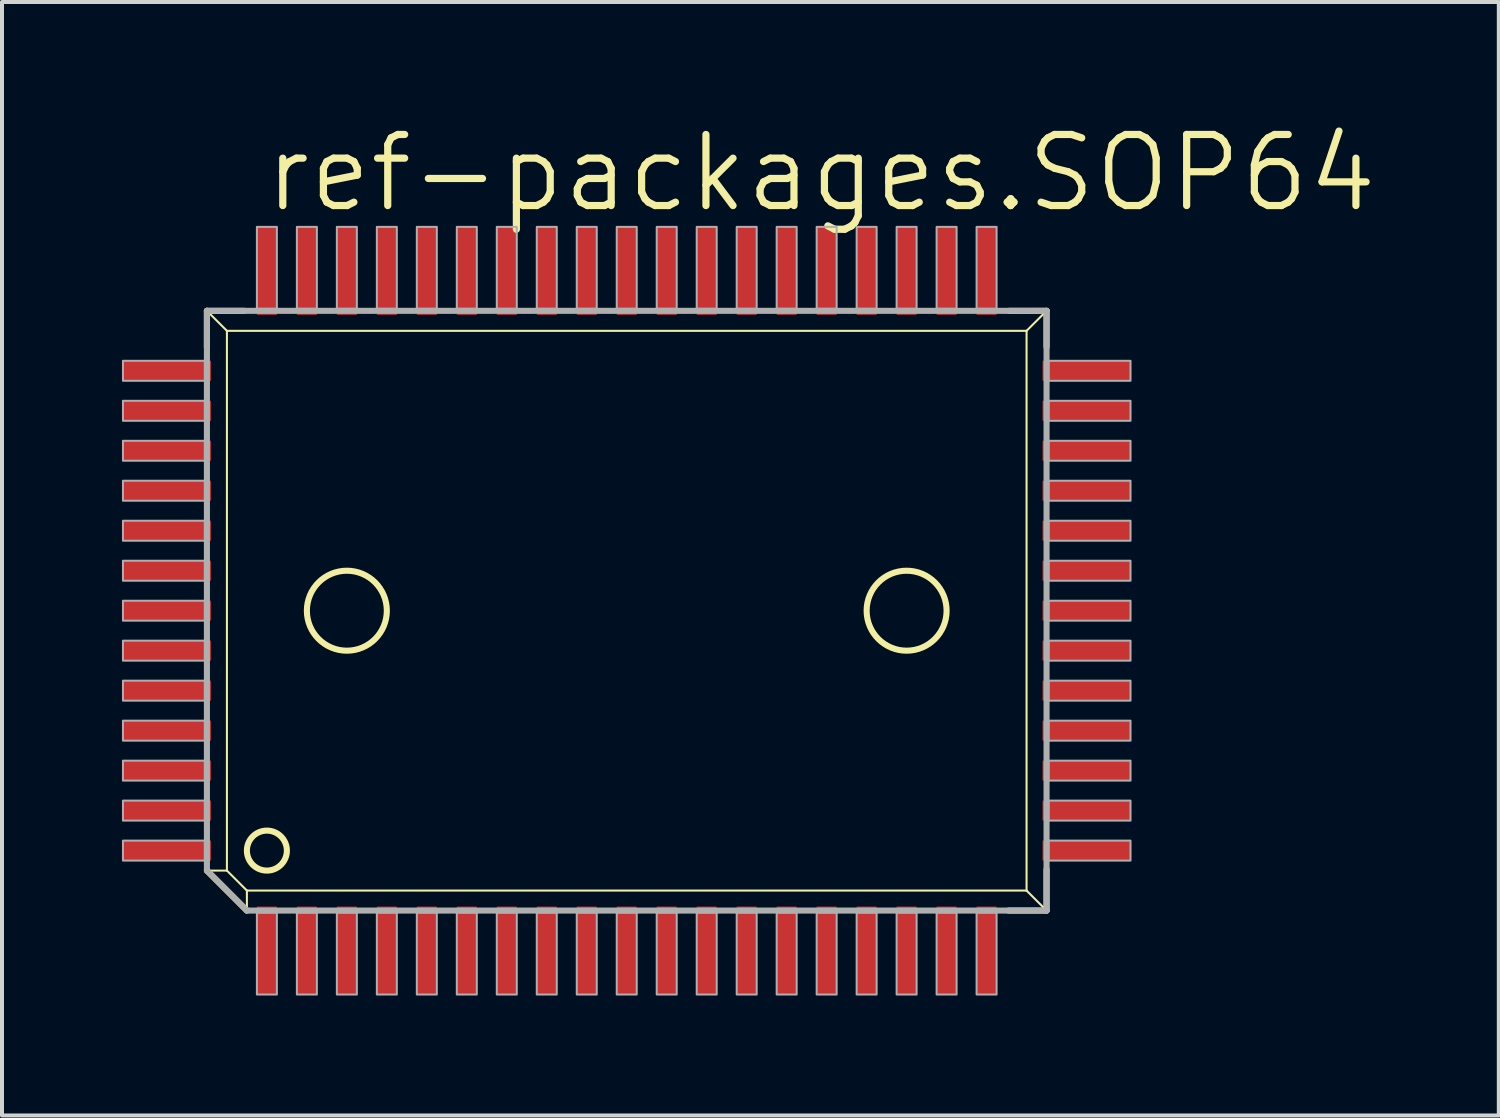
<source format=kicad_pcb>
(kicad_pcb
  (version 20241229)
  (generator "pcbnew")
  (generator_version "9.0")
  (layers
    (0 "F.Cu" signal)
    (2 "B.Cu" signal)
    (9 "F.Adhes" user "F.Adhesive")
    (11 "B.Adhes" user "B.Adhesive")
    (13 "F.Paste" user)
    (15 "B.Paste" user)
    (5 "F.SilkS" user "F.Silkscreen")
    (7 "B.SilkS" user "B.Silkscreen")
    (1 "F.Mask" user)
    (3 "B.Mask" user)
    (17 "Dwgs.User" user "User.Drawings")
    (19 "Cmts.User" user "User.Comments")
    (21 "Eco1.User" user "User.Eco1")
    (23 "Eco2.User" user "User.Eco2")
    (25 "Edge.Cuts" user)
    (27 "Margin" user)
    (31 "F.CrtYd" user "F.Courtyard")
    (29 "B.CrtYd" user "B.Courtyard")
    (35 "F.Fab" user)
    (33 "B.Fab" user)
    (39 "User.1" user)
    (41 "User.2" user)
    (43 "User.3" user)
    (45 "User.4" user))
  (footprint "ref-packages.SOP64"
    (layer "F.Cu")
    (at 12.625 12.224)
    (property "Reference" "ref-packages.SOP64" (at -9.144 -9.906 0) (layer "F.SilkS") (effects (font (size 1.778 1.778) (thickness 0.18)) (justify left bottom)))
    (attr smd)
    (fp_line (start -10.5 -7.5) (end -10 -7) (stroke (width 0.051) (type default)) (layer "F.SilkS"))
    (fp_line (start -10.5 -7.5) (end -9.566 -7.5) (stroke (width 0.152) (type default)) (layer "F.SilkS"))
    (fp_line (start -10.5 -6.581) (end -10.5 -7.5) (stroke (width 0.152) (type default)) (layer "F.SilkS"))
    (fp_line (start -10.5 6.5) (end -10 6.5) (stroke (width 0.051) (type default)) (layer "F.SilkS"))
    (fp_line (start -10 -7) (end 10 -7) (stroke (width 0.051) (type default)) (layer "F.SilkS"))
    (fp_line (start -10 6.5) (end -10 -7) (stroke (width 0.051) (type default)) (layer "F.SilkS"))
    (fp_line (start -9.5 7) (end -10 6.5) (stroke (width 0.051) (type default)) (layer "F.SilkS"))
    (fp_line (start -9.5 7.5) (end -10.5 6.5) (stroke (width 0.152) (type default)) (layer "F.SilkS"))
    (fp_line (start -9.5 7.5) (end -9.5 7) (stroke (width 0.051) (type default)) (layer "F.SilkS"))
    (fp_line (start 9.566 -7.5) (end 10.5 -7.5) (stroke (width 0.152) (type default)) (layer "F.SilkS"))
    (fp_line (start 10 -7) (end 10 7) (stroke (width 0.051) (type default)) (layer "F.SilkS"))
    (fp_line (start 10 7) (end -9.5 7) (stroke (width 0.051) (type default)) (layer "F.SilkS"))
    (fp_line (start 10.5 -7.5) (end 10 -7) (stroke (width 0.051) (type default)) (layer "F.SilkS"))
    (fp_line (start 10.5 -7.5) (end 10.5 -6.597) (stroke (width 0.152) (type default)) (layer "F.SilkS"))
    (fp_line (start 10.5 6.47) (end 10.5 7.5) (stroke (width 0.152) (type default)) (layer "F.SilkS"))
    (fp_line (start 10.5 7.5) (end 9.55 7.5) (stroke (width 0.152) (type default)) (layer "F.SilkS"))
    (fp_line (start 10.5 7.5) (end 10 7) (stroke (width 0.051) (type default)) (layer "F.SilkS"))
    (fp_circle (center -9 6) (end -8.5 6) (stroke (width 0.152) (type default)) (fill no) (layer "F.SilkS"))
    (fp_circle (center -7 0) (end -6 0) (stroke (width 0.152) (type default)) (fill no) (layer "F.SilkS"))
    (fp_circle (center 7 0) (end 8 0) (stroke (width 0.152) (type default)) (fill no) (layer "F.SilkS"))
    (fp_line (start -10.5 -7.5) (end 10.5 -7.5) (stroke (width 0.152) (type default)) (layer "F.Fab"))
    (fp_line (start -10.5 6.5) (end -10.5 -7.5) (stroke (width 0.152) (type default)) (layer "F.Fab"))
    (fp_line (start -9.5 7.5) (end -10.5 6.5) (stroke (width 0.152) (type default)) (layer "F.Fab"))
    (fp_line (start 10.5 -7.5) (end 10.5 7.5) (stroke (width 0.152) (type default)) (layer "F.Fab"))
    (fp_line (start 10.5 7.5) (end -9.5 7.5) (stroke (width 0.152) (type default)) (layer "F.Fab"))
    (fp_rect (start -12.6 -5.75) (end -10.55 -6.25) (stroke (width 0.05) (type default)) (fill no) (layer "F.Fab"))
    (fp_rect (start -12.6 -4.75) (end -10.55 -5.25) (stroke (width 0.05) (type default)) (fill no) (layer "F.Fab"))
    (fp_rect (start -12.6 -3.75) (end -10.55 -4.25) (stroke (width 0.05) (type default)) (fill no) (layer "F.Fab"))
    (fp_rect (start -12.6 -2.75) (end -10.55 -3.25) (stroke (width 0.05) (type default)) (fill no) (layer "F.Fab"))
    (fp_rect (start -12.6 -1.75) (end -10.55 -2.25) (stroke (width 0.05) (type default)) (fill no) (layer "F.Fab"))
    (fp_rect (start -12.6 -0.75) (end -10.55 -1.25) (stroke (width 0.05) (type default)) (fill no) (layer "F.Fab"))
    (fp_rect (start -12.6 0.25) (end -10.55 -0.25) (stroke (width 0.05) (type default)) (fill no) (layer "F.Fab"))
    (fp_rect (start -12.6 1.25) (end -10.55 0.75) (stroke (width 0.05) (type default)) (fill no) (layer "F.Fab"))
    (fp_rect (start -12.6 2.25) (end -10.55 1.75) (stroke (width 0.05) (type default)) (fill no) (layer "F.Fab"))
    (fp_rect (start -12.6 3.25) (end -10.55 2.75) (stroke (width 0.05) (type default)) (fill no) (layer "F.Fab"))
    (fp_rect (start -12.6 4.25) (end -10.55 3.75) (stroke (width 0.05) (type default)) (fill no) (layer "F.Fab"))
    (fp_rect (start -12.6 5.25) (end -10.55 4.75) (stroke (width 0.05) (type default)) (fill no) (layer "F.Fab"))
    (fp_rect (start -12.6 6.25) (end -10.55 5.75) (stroke (width 0.05) (type default)) (fill no) (layer "F.Fab"))
    (fp_rect (start -9.25 -7.55) (end -8.75 -9.6) (stroke (width 0.05) (type default)) (fill no) (layer "F.Fab"))
    (fp_rect (start -9.25 9.6) (end -8.75 7.55) (stroke (width 0.05) (type default)) (fill no) (layer "F.Fab"))
    (fp_rect (start -8.25 -7.55) (end -7.75 -9.6) (stroke (width 0.05) (type default)) (fill no) (layer "F.Fab"))
    (fp_rect (start -8.25 9.6) (end -7.75 7.55) (stroke (width 0.05) (type default)) (fill no) (layer "F.Fab"))
    (fp_rect (start -7.25 -7.55) (end -6.75 -9.6) (stroke (width 0.05) (type default)) (fill no) (layer "F.Fab"))
    (fp_rect (start -7.25 9.6) (end -6.75 7.55) (stroke (width 0.05) (type default)) (fill no) (layer "F.Fab"))
    (fp_rect (start -6.25 -7.55) (end -5.75 -9.6) (stroke (width 0.05) (type default)) (fill no) (layer "F.Fab"))
    (fp_rect (start -6.25 9.6) (end -5.75 7.55) (stroke (width 0.05) (type default)) (fill no) (layer "F.Fab"))
    (fp_rect (start -5.25 -7.55) (end -4.75 -9.6) (stroke (width 0.05) (type default)) (fill no) (layer "F.Fab"))
    (fp_rect (start -5.25 9.6) (end -4.75 7.55) (stroke (width 0.05) (type default)) (fill no) (layer "F.Fab"))
    (fp_rect (start -4.25 -7.55) (end -3.75 -9.6) (stroke (width 0.05) (type default)) (fill no) (layer "F.Fab"))
    (fp_rect (start -4.25 9.6) (end -3.75 7.55) (stroke (width 0.05) (type default)) (fill no) (layer "F.Fab"))
    (fp_rect (start -3.25 -7.55) (end -2.75 -9.6) (stroke (width 0.05) (type default)) (fill no) (layer "F.Fab"))
    (fp_rect (start -3.25 9.6) (end -2.75 7.55) (stroke (width 0.05) (type default)) (fill no) (layer "F.Fab"))
    (fp_rect (start -2.25 -7.55) (end -1.75 -9.6) (stroke (width 0.05) (type default)) (fill no) (layer "F.Fab"))
    (fp_rect (start -2.25 9.6) (end -1.75 7.55) (stroke (width 0.05) (type default)) (fill no) (layer "F.Fab"))
    (fp_rect (start -1.25 -7.55) (end -0.75 -9.6) (stroke (width 0.05) (type default)) (fill no) (layer "F.Fab"))
    (fp_rect (start -1.25 9.6) (end -0.75 7.55) (stroke (width 0.05) (type default)) (fill no) (layer "F.Fab"))
    (fp_rect (start -0.25 -7.55) (end 0.25 -9.6) (stroke (width 0.05) (type default)) (fill no) (layer "F.Fab"))
    (fp_rect (start -0.25 9.6) (end 0.25 7.55) (stroke (width 0.05) (type default)) (fill no) (layer "F.Fab"))
    (fp_rect (start 0.75 -7.55) (end 1.25 -9.6) (stroke (width 0.05) (type default)) (fill no) (layer "F.Fab"))
    (fp_rect (start 0.75 9.6) (end 1.25 7.55) (stroke (width 0.05) (type default)) (fill no) (layer "F.Fab"))
    (fp_rect (start 1.75 -7.55) (end 2.25 -9.6) (stroke (width 0.05) (type default)) (fill no) (layer "F.Fab"))
    (fp_rect (start 1.75 9.6) (end 2.25 7.55) (stroke (width 0.05) (type default)) (fill no) (layer "F.Fab"))
    (fp_rect (start 2.75 -7.55) (end 3.25 -9.6) (stroke (width 0.05) (type default)) (fill no) (layer "F.Fab"))
    (fp_rect (start 2.75 9.6) (end 3.25 7.55) (stroke (width 0.05) (type default)) (fill no) (layer "F.Fab"))
    (fp_rect (start 3.75 -7.55) (end 4.25 -9.6) (stroke (width 0.05) (type default)) (fill no) (layer "F.Fab"))
    (fp_rect (start 3.75 9.6) (end 4.25 7.55) (stroke (width 0.05) (type default)) (fill no) (layer "F.Fab"))
    (fp_rect (start 4.75 -7.55) (end 5.25 -9.6) (stroke (width 0.05) (type default)) (fill no) (layer "F.Fab"))
    (fp_rect (start 4.75 9.6) (end 5.25 7.55) (stroke (width 0.05) (type default)) (fill no) (layer "F.Fab"))
    (fp_rect (start 5.75 -7.55) (end 6.25 -9.6) (stroke (width 0.05) (type default)) (fill no) (layer "F.Fab"))
    (fp_rect (start 5.75 9.6) (end 6.25 7.55) (stroke (width 0.05) (type default)) (fill no) (layer "F.Fab"))
    (fp_rect (start 6.75 -7.55) (end 7.25 -9.6) (stroke (width 0.05) (type default)) (fill no) (layer "F.Fab"))
    (fp_rect (start 6.75 9.6) (end 7.25 7.55) (stroke (width 0.05) (type default)) (fill no) (layer "F.Fab"))
    (fp_rect (start 7.75 -7.55) (end 8.25 -9.6) (stroke (width 0.05) (type default)) (fill no) (layer "F.Fab"))
    (fp_rect (start 7.75 9.6) (end 8.25 7.55) (stroke (width 0.05) (type default)) (fill no) (layer "F.Fab"))
    (fp_rect (start 8.75 -7.55) (end 9.25 -9.6) (stroke (width 0.05) (type default)) (fill no) (layer "F.Fab"))
    (fp_rect (start 8.75 9.6) (end 9.25 7.55) (stroke (width 0.05) (type default)) (fill no) (layer "F.Fab"))
    (fp_rect (start 10.55 -5.75) (end 12.6 -6.25) (stroke (width 0.05) (type default)) (fill no) (layer "F.Fab"))
    (fp_rect (start 10.55 -4.75) (end 12.6 -5.25) (stroke (width 0.05) (type default)) (fill no) (layer "F.Fab"))
    (fp_rect (start 10.55 -3.75) (end 12.6 -4.25) (stroke (width 0.05) (type default)) (fill no) (layer "F.Fab"))
    (fp_rect (start 10.55 -2.75) (end 12.6 -3.25) (stroke (width 0.05) (type default)) (fill no) (layer "F.Fab"))
    (fp_rect (start 10.55 -1.75) (end 12.6 -2.25) (stroke (width 0.05) (type default)) (fill no) (layer "F.Fab"))
    (fp_rect (start 10.55 -0.75) (end 12.6 -1.25) (stroke (width 0.05) (type default)) (fill no) (layer "F.Fab"))
    (fp_rect (start 10.55 0.25) (end 12.6 -0.25) (stroke (width 0.05) (type default)) (fill no) (layer "F.Fab"))
    (fp_rect (start 10.55 1.25) (end 12.6 0.75) (stroke (width 0.05) (type default)) (fill no) (layer "F.Fab"))
    (fp_rect (start 10.55 2.25) (end 12.6 1.75) (stroke (width 0.05) (type default)) (fill no) (layer "F.Fab"))
    (fp_rect (start 10.55 3.25) (end 12.6 2.75) (stroke (width 0.05) (type default)) (fill no) (layer "F.Fab"))
    (fp_rect (start 10.55 4.25) (end 12.6 3.75) (stroke (width 0.05) (type default)) (fill no) (layer "F.Fab"))
    (fp_rect (start 10.55 5.25) (end 12.6 4.75) (stroke (width 0.05) (type default)) (fill no) (layer "F.Fab"))
    (fp_rect (start 10.55 6.25) (end 12.6 5.75) (stroke (width 0.05) (type default)) (fill no) (layer "F.Fab"))
    (pad "1" smd roundrect (at -9 8.5) (size 0.5 2.2) (layers "F.Cu" "F.Mask" "F.Paste") (roundrect_rratio 0.01))
    (pad "2" smd roundrect (at -8 8.5) (size 0.5 2.2) (layers "F.Cu" "F.Mask" "F.Paste") (roundrect_rratio 0.01))
    (pad "3" smd roundrect (at -7 8.5) (size 0.5 2.2) (layers "F.Cu" "F.Mask" "F.Paste") (roundrect_rratio 0.01))
    (pad "4" smd roundrect (at -6 8.5) (size 0.5 2.2) (layers "F.Cu" "F.Mask" "F.Paste") (roundrect_rratio 0.01))
    (pad "5" smd roundrect (at -5 8.5) (size 0.5 2.2) (layers "F.Cu" "F.Mask" "F.Paste") (roundrect_rratio 0.01))
    (pad "6" smd roundrect (at -4 8.5) (size 0.5 2.2) (layers "F.Cu" "F.Mask" "F.Paste") (roundrect_rratio 0.01))
    (pad "7" smd roundrect (at -3 8.5) (size 0.5 2.2) (layers "F.Cu" "F.Mask" "F.Paste") (roundrect_rratio 0.01))
    (pad "8" smd roundrect (at -2 8.5) (size 0.5 2.2) (layers "F.Cu" "F.Mask" "F.Paste") (roundrect_rratio 0.01))
    (pad "9" smd roundrect (at -1 8.5) (size 0.5 2.2) (layers "F.Cu" "F.Mask" "F.Paste") (roundrect_rratio 0.01))
    (pad "10" smd roundrect (at 0 8.5) (size 0.5 2.2) (layers "F.Cu" "F.Mask" "F.Paste") (roundrect_rratio 0.01))
    (pad "11" smd roundrect (at 1 8.5) (size 0.5 2.2) (layers "F.Cu" "F.Mask" "F.Paste") (roundrect_rratio 0.01))
    (pad "12" smd roundrect (at 2 8.5) (size 0.5 2.2) (layers "F.Cu" "F.Mask" "F.Paste") (roundrect_rratio 0.01))
    (pad "13" smd roundrect (at 3 8.5) (size 0.5 2.2) (layers "F.Cu" "F.Mask" "F.Paste") (roundrect_rratio 0.01))
    (pad "14" smd roundrect (at 4 8.5) (size 0.5 2.2) (layers "F.Cu" "F.Mask" "F.Paste") (roundrect_rratio 0.01))
    (pad "15" smd roundrect (at 5 8.5) (size 0.5 2.2) (layers "F.Cu" "F.Mask" "F.Paste") (roundrect_rratio 0.01))
    (pad "16" smd roundrect (at 6 8.5) (size 0.5 2.2) (layers "F.Cu" "F.Mask" "F.Paste") (roundrect_rratio 0.01))
    (pad "17" smd roundrect (at 7 8.5) (size 0.5 2.2) (layers "F.Cu" "F.Mask" "F.Paste") (roundrect_rratio 0.01))
    (pad "18" smd roundrect (at 8 8.5) (size 0.5 2.2) (layers "F.Cu" "F.Mask" "F.Paste") (roundrect_rratio 0.01))
    (pad "19" smd roundrect (at 9 8.5) (size 0.5 2.2) (layers "F.Cu" "F.Mask" "F.Paste") (roundrect_rratio 0.01))
    (pad "20" smd roundrect (at 11.5 6) (size 2.2 0.5) (layers "F.Cu" "F.Mask" "F.Paste") (roundrect_rratio 0.01))
    (pad "21" smd roundrect (at 11.5 5) (size 2.2 0.5) (layers "F.Cu" "F.Mask" "F.Paste") (roundrect_rratio 0.01))
    (pad "22" smd roundrect (at 11.5 4) (size 2.2 0.5) (layers "F.Cu" "F.Mask" "F.Paste") (roundrect_rratio 0.01))
    (pad "23" smd roundrect (at 11.5 3) (size 2.2 0.5) (layers "F.Cu" "F.Mask" "F.Paste") (roundrect_rratio 0.01))
    (pad "24" smd roundrect (at 11.5 2) (size 2.2 0.5) (layers "F.Cu" "F.Mask" "F.Paste") (roundrect_rratio 0.01))
    (pad "25" smd roundrect (at 11.5 1) (size 2.2 0.5) (layers "F.Cu" "F.Mask" "F.Paste") (roundrect_rratio 0.01))
    (pad "26" smd roundrect (at 11.5 0) (size 2.2 0.5) (layers "F.Cu" "F.Mask" "F.Paste") (roundrect_rratio 0.01))
    (pad "27" smd roundrect (at 11.5 -1) (size 2.2 0.5) (layers "F.Cu" "F.Mask" "F.Paste") (roundrect_rratio 0.01))
    (pad "28" smd roundrect (at 11.5 -2) (size 2.2 0.5) (layers "F.Cu" "F.Mask" "F.Paste") (roundrect_rratio 0.01))
    (pad "29" smd roundrect (at 11.5 -3) (size 2.2 0.5) (layers "F.Cu" "F.Mask" "F.Paste") (roundrect_rratio 0.01))
    (pad "30" smd roundrect (at 11.5 -4) (size 2.2 0.5) (layers "F.Cu" "F.Mask" "F.Paste") (roundrect_rratio 0.01))
    (pad "31" smd roundrect (at 11.5 -5) (size 2.2 0.5) (layers "F.Cu" "F.Mask" "F.Paste") (roundrect_rratio 0.01))
    (pad "32" smd roundrect (at 11.5 -6) (size 2.2 0.5) (layers "F.Cu" "F.Mask" "F.Paste") (roundrect_rratio 0.01))
    (pad "33" smd roundrect (at 9 -8.5) (size 0.5 2.2) (layers "F.Cu" "F.Mask" "F.Paste") (roundrect_rratio 0.01))
    (pad "34" smd roundrect (at 8 -8.5) (size 0.5 2.2) (layers "F.Cu" "F.Mask" "F.Paste") (roundrect_rratio 0.01))
    (pad "35" smd roundrect (at 7 -8.5) (size 0.5 2.2) (layers "F.Cu" "F.Mask" "F.Paste") (roundrect_rratio 0.01))
    (pad "36" smd roundrect (at 6 -8.5) (size 0.5 2.2) (layers "F.Cu" "F.Mask" "F.Paste") (roundrect_rratio 0.01))
    (pad "37" smd roundrect (at 5 -8.5) (size 0.5 2.2) (layers "F.Cu" "F.Mask" "F.Paste") (roundrect_rratio 0.01))
    (pad "38" smd roundrect (at 4 -8.5) (size 0.5 2.2) (layers "F.Cu" "F.Mask" "F.Paste") (roundrect_rratio 0.01))
    (pad "39" smd roundrect (at 3 -8.5) (size 0.5 2.2) (layers "F.Cu" "F.Mask" "F.Paste") (roundrect_rratio 0.01))
    (pad "40" smd roundrect (at 2 -8.5) (size 0.5 2.2) (layers "F.Cu" "F.Mask" "F.Paste") (roundrect_rratio 0.01))
    (pad "41" smd roundrect (at 1 -8.5) (size 0.5 2.2) (layers "F.Cu" "F.Mask" "F.Paste") (roundrect_rratio 0.01))
    (pad "42" smd roundrect (at 0 -8.5) (size 0.5 2.2) (layers "F.Cu" "F.Mask" "F.Paste") (roundrect_rratio 0.01))
    (pad "43" smd roundrect (at -1 -8.5) (size 0.5 2.2) (layers "F.Cu" "F.Mask" "F.Paste") (roundrect_rratio 0.01))
    (pad "44" smd roundrect (at -2 -8.5) (size 0.5 2.2) (layers "F.Cu" "F.Mask" "F.Paste") (roundrect_rratio 0.01))
    (pad "45" smd roundrect (at -3 -8.5) (size 0.5 2.2) (layers "F.Cu" "F.Mask" "F.Paste") (roundrect_rratio 0.01))
    (pad "46" smd roundrect (at -4 -8.5) (size 0.5 2.2) (layers "F.Cu" "F.Mask" "F.Paste") (roundrect_rratio 0.01))
    (pad "47" smd roundrect (at -5 -8.5) (size 0.5 2.2) (layers "F.Cu" "F.Mask" "F.Paste") (roundrect_rratio 0.01))
    (pad "48" smd roundrect (at -6 -8.5) (size 0.5 2.2) (layers "F.Cu" "F.Mask" "F.Paste") (roundrect_rratio 0.01))
    (pad "49" smd roundrect (at -7 -8.5) (size 0.5 2.2) (layers "F.Cu" "F.Mask" "F.Paste") (roundrect_rratio 0.01))
    (pad "50" smd roundrect (at -8 -8.5) (size 0.5 2.2) (layers "F.Cu" "F.Mask" "F.Paste") (roundrect_rratio 0.01))
    (pad "51" smd roundrect (at -9 -8.5) (size 0.5 2.2) (layers "F.Cu" "F.Mask" "F.Paste") (roundrect_rratio 0.01))
    (pad "52" smd roundrect (at -11.5 -6) (size 2.2 0.5) (layers "F.Cu" "F.Mask" "F.Paste") (roundrect_rratio 0.01))
    (pad "53" smd roundrect (at -11.5 -5) (size 2.2 0.5) (layers "F.Cu" "F.Mask" "F.Paste") (roundrect_rratio 0.01))
    (pad "54" smd roundrect (at -11.5 -4) (size 2.2 0.5) (layers "F.Cu" "F.Mask" "F.Paste") (roundrect_rratio 0.01))
    (pad "55" smd roundrect (at -11.5 -3) (size 2.2 0.5) (layers "F.Cu" "F.Mask" "F.Paste") (roundrect_rratio 0.01))
    (pad "56" smd roundrect (at -11.5 -2) (size 2.2 0.5) (layers "F.Cu" "F.Mask" "F.Paste") (roundrect_rratio 0.01))
    (pad "57" smd roundrect (at -11.5 -1) (size 2.2 0.5) (layers "F.Cu" "F.Mask" "F.Paste") (roundrect_rratio 0.01))
    (pad "58" smd roundrect (at -11.5 0) (size 2.2 0.5) (layers "F.Cu" "F.Mask" "F.Paste") (roundrect_rratio 0.01))
    (pad "59" smd roundrect (at -11.5 1) (size 2.2 0.5) (layers "F.Cu" "F.Mask" "F.Paste") (roundrect_rratio 0.01))
    (pad "60" smd roundrect (at -11.5 2) (size 2.2 0.5) (layers "F.Cu" "F.Mask" "F.Paste") (roundrect_rratio 0.01))
    (pad "61" smd roundrect (at -11.5 3) (size 2.2 0.5) (layers "F.Cu" "F.Mask" "F.Paste") (roundrect_rratio 0.01))
    (pad "62" smd roundrect (at -11.5 4) (size 2.2 0.5) (layers "F.Cu" "F.Mask" "F.Paste") (roundrect_rratio 0.01))
    (pad "63" smd roundrect (at -11.5 5) (size 2.2 0.5) (layers "F.Cu" "F.Mask" "F.Paste") (roundrect_rratio 0.01))
    (pad "64" smd roundrect (at -11.5 6) (size 2.2 0.5) (layers "F.Cu" "F.Mask" "F.Paste") (roundrect_rratio 0.01)))
  (gr_rect
    (start -3 -3)
    (end 34.436 24.849)
    (stroke (width 0.1) (type default))
    (fill no)
    (layer "Edge.Cuts")))
</source>
